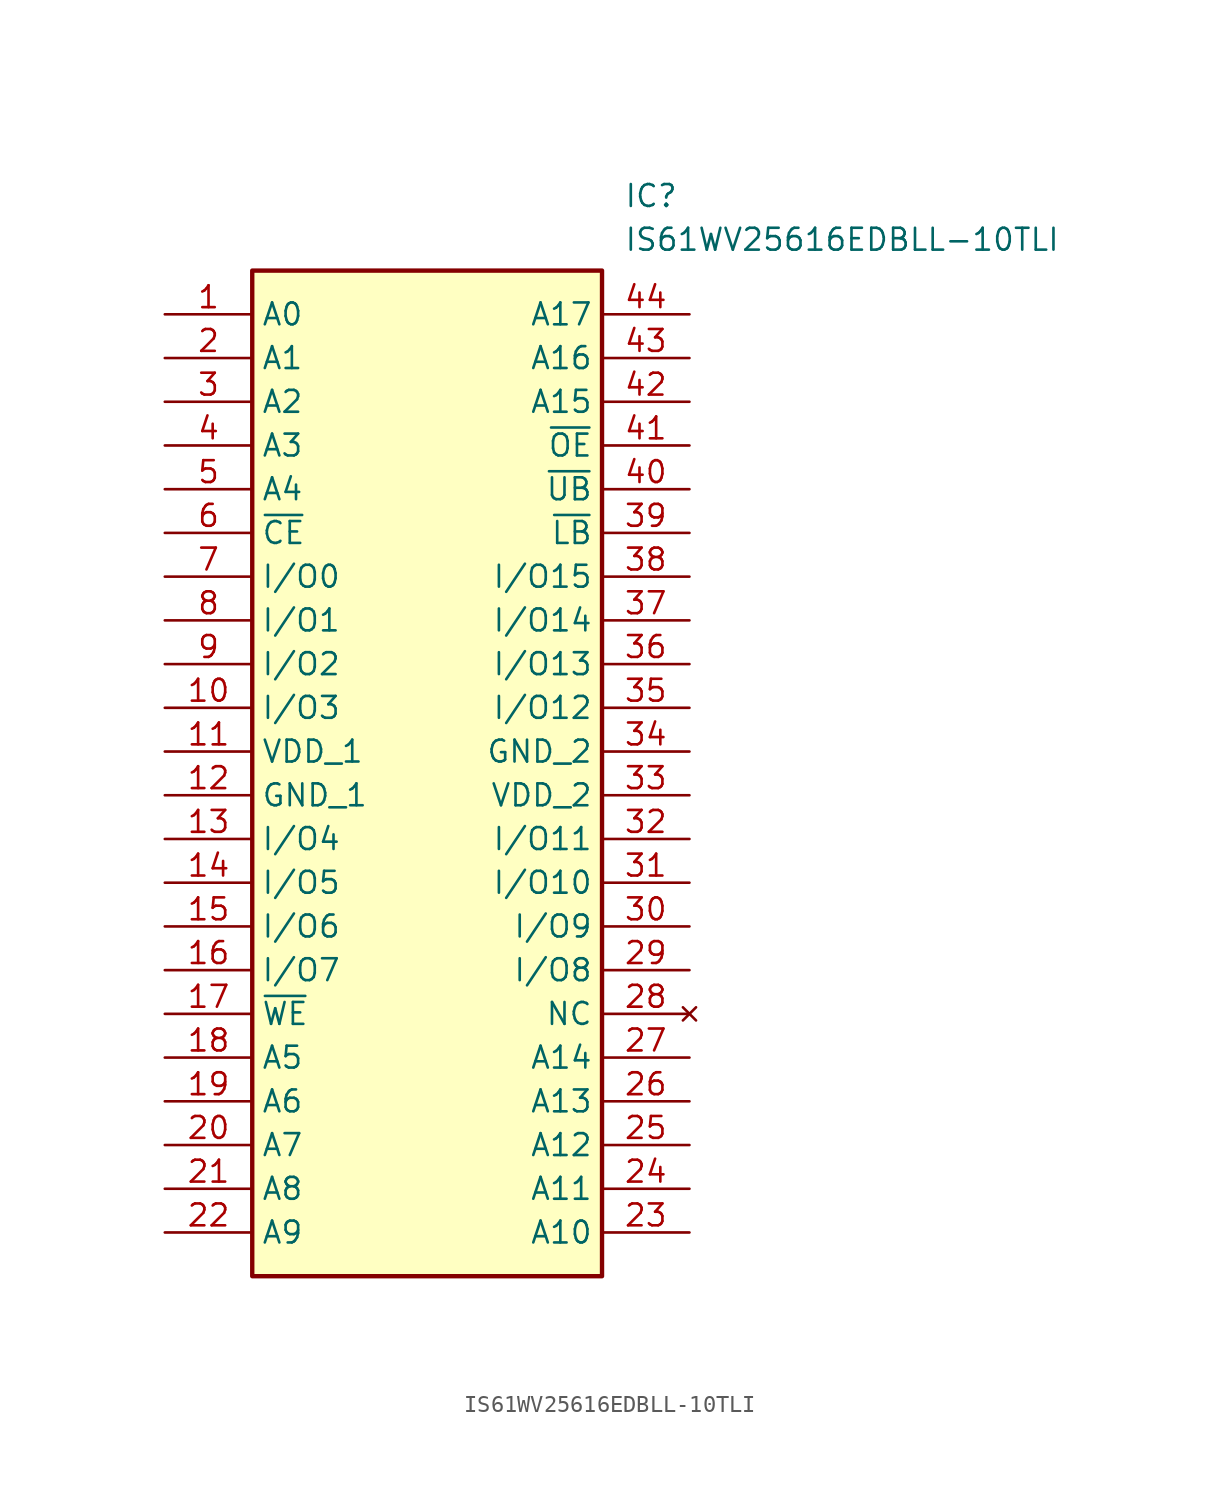
<source format=kicad_sym>
(kicad_symbol_lib
  (version 20211014)
  (generator SamacSys_ECAD_Model)
  (symbol "IS61WV25616EDBLL-10TLI"
    (property "Reference" "IC"
      (at 26.67 7.62 0)
      (effects (font (size 1.27 1.27)) (justify left top)))
    (property "Value" "IS61WV25616EDBLL-10TLI"
      (at 26.67 5.08 0)
      (effects (font (size 1.27 1.27)) (justify left top)))
    (rectangle
      (start 5.08 2.54)
      (end 25.4 -55.88)
      (stroke (width 0.254) (type default))
      (fill (type background)))
    (pin passive line
      (at 0 0 0)
      (length 5.08)
      (name "A0" (effects (font (size 1.27 1.27))))
      (number "1" (effects (font (size 1.27 1.27)))))
    (pin passive line
      (at 0 -2.54 0)
      (length 5.08)
      (name "A1" (effects (font (size 1.27 1.27))))
      (number "2" (effects (font (size 1.27 1.27)))))
    (pin passive line
      (at 0 -5.08 0)
      (length 5.08)
      (name "A2" (effects (font (size 1.27 1.27))))
      (number "3" (effects (font (size 1.27 1.27)))))
    (pin passive line
      (at 0 -7.62 0)
      (length 5.08)
      (name "A3" (effects (font (size 1.27 1.27))))
      (number "4" (effects (font (size 1.27 1.27)))))
    (pin passive line
      (at 0 -10.16 0)
      (length 5.08)
      (name "A4" (effects (font (size 1.27 1.27))))
      (number "5" (effects (font (size 1.27 1.27)))))
    (pin passive line
      (at 0 -12.7 0)
      (length 5.08)
      (name "~{CE}" (effects (font (size 1.27 1.27))))
      (number "6" (effects (font (size 1.27 1.27)))))
    (pin passive line
      (at 0 -15.24 0)
      (length 5.08)
      (name "I/O0" (effects (font (size 1.27 1.27))))
      (number "7" (effects (font (size 1.27 1.27)))))
    (pin passive line
      (at 0 -17.78 0)
      (length 5.08)
      (name "I/O1" (effects (font (size 1.27 1.27))))
      (number "8" (effects (font (size 1.27 1.27)))))
    (pin passive line
      (at 0 -20.32 0)
      (length 5.08)
      (name "I/O2" (effects (font (size 1.27 1.27))))
      (number "9" (effects (font (size 1.27 1.27)))))
    (pin passive line
      (at 0 -22.86 0)
      (length 5.08)
      (name "I/O3" (effects (font (size 1.27 1.27))))
      (number "10" (effects (font (size 1.27 1.27)))))
    (pin passive line
      (at 0 -25.4 0)
      (length 5.08)
      (name "VDD_1" (effects (font (size 1.27 1.27))))
      (number "11" (effects (font (size 1.27 1.27)))))
    (pin passive line
      (at 0 -27.94 0)
      (length 5.08)
      (name "GND_1" (effects (font (size 1.27 1.27))))
      (number "12" (effects (font (size 1.27 1.27)))))
    (pin passive line
      (at 0 -30.48 0)
      (length 5.08)
      (name "I/O4" (effects (font (size 1.27 1.27))))
      (number "13" (effects (font (size 1.27 1.27)))))
    (pin passive line
      (at 0 -33.02 0)
      (length 5.08)
      (name "I/O5" (effects (font (size 1.27 1.27))))
      (number "14" (effects (font (size 1.27 1.27)))))
    (pin passive line
      (at 0 -35.56 0)
      (length 5.08)
      (name "I/O6" (effects (font (size 1.27 1.27))))
      (number "15" (effects (font (size 1.27 1.27)))))
    (pin passive line
      (at 0 -38.1 0)
      (length 5.08)
      (name "I/O7" (effects (font (size 1.27 1.27))))
      (number "16" (effects (font (size 1.27 1.27)))))
    (pin passive line
      (at 0 -40.64 0)
      (length 5.08)
      (name "~{WE}" (effects (font (size 1.27 1.27))))
      (number "17" (effects (font (size 1.27 1.27)))))
    (pin passive line
      (at 0 -43.18 0)
      (length 5.08)
      (name "A5" (effects (font (size 1.27 1.27))))
      (number "18" (effects (font (size 1.27 1.27)))))
    (pin passive line
      (at 0 -45.72 0)
      (length 5.08)
      (name "A6" (effects (font (size 1.27 1.27))))
      (number "19" (effects (font (size 1.27 1.27)))))
    (pin passive line
      (at 0 -48.26 0)
      (length 5.08)
      (name "A7" (effects (font (size 1.27 1.27))))
      (number "20" (effects (font (size 1.27 1.27)))))
    (pin passive line
      (at 0 -50.8 0)
      (length 5.08)
      (name "A8" (effects (font (size 1.27 1.27))))
      (number "21" (effects (font (size 1.27 1.27)))))
    (pin passive line
      (at 0 -53.34 0)
      (length 5.08)
      (name "A9" (effects (font (size 1.27 1.27))))
      (number "22" (effects (font (size 1.27 1.27)))))
    (pin passive line
      (at 30.48 0 180)
      (length 5.08)
      (name "A17" (effects (font (size 1.27 1.27))))
      (number "44" (effects (font (size 1.27 1.27)))))
    (pin passive line
      (at 30.48 -2.54 180)
      (length 5.08)
      (name "A16" (effects (font (size 1.27 1.27))))
      (number "43" (effects (font (size 1.27 1.27)))))
    (pin passive line
      (at 30.48 -5.08 180)
      (length 5.08)
      (name "A15" (effects (font (size 1.27 1.27))))
      (number "42" (effects (font (size 1.27 1.27)))))
    (pin passive line
      (at 30.48 -7.62 180)
      (length 5.08)
      (name "~{OE}" (effects (font (size 1.27 1.27))))
      (number "41" (effects (font (size 1.27 1.27)))))
    (pin passive line
      (at 30.48 -10.16 180)
      (length 5.08)
      (name "~{UB}" (effects (font (size 1.27 1.27))))
      (number "40" (effects (font (size 1.27 1.27)))))
    (pin passive line
      (at 30.48 -12.7 180)
      (length 5.08)
      (name "~{LB}" (effects (font (size 1.27 1.27))))
      (number "39" (effects (font (size 1.27 1.27)))))
    (pin passive line
      (at 30.48 -15.24 180)
      (length 5.08)
      (name "I/O15" (effects (font (size 1.27 1.27))))
      (number "38" (effects (font (size 1.27 1.27)))))
    (pin passive line
      (at 30.48 -17.78 180)
      (length 5.08)
      (name "I/O14" (effects (font (size 1.27 1.27))))
      (number "37" (effects (font (size 1.27 1.27)))))
    (pin passive line
      (at 30.48 -20.32 180)
      (length 5.08)
      (name "I/O13" (effects (font (size 1.27 1.27))))
      (number "36" (effects (font (size 1.27 1.27)))))
    (pin passive line
      (at 30.48 -22.86 180)
      (length 5.08)
      (name "I/O12" (effects (font (size 1.27 1.27))))
      (number "35" (effects (font (size 1.27 1.27)))))
    (pin passive line
      (at 30.48 -25.4 180)
      (length 5.08)
      (name "GND_2" (effects (font (size 1.27 1.27))))
      (number "34" (effects (font (size 1.27 1.27)))))
    (pin passive line
      (at 30.48 -27.94 180)
      (length 5.08)
      (name "VDD_2" (effects (font (size 1.27 1.27))))
      (number "33" (effects (font (size 1.27 1.27)))))
    (pin passive line
      (at 30.48 -30.48 180)
      (length 5.08)
      (name "I/O11" (effects (font (size 1.27 1.27))))
      (number "32" (effects (font (size 1.27 1.27)))))
    (pin passive line
      (at 30.48 -33.02 180)
      (length 5.08)
      (name "I/O10" (effects (font (size 1.27 1.27))))
      (number "31" (effects (font (size 1.27 1.27)))))
    (pin passive line
      (at 30.48 -35.56 180)
      (length 5.08)
      (name "I/O9" (effects (font (size 1.27 1.27))))
      (number "30" (effects (font (size 1.27 1.27)))))
    (pin passive line
      (at 30.48 -38.1 180)
      (length 5.08)
      (name "I/O8" (effects (font (size 1.27 1.27))))
      (number "29" (effects (font (size 1.27 1.27)))))
    (pin no_connect line
      (at 30.48 -40.64 180)
      (length 5.08)
      (name "NC" (effects (font (size 1.27 1.27))))
      (number "28" (effects (font (size 1.27 1.27)))))
    (pin passive line
      (at 30.48 -43.18 180)
      (length 5.08)
      (name "A14" (effects (font (size 1.27 1.27))))
      (number "27" (effects (font (size 1.27 1.27)))))
    (pin passive line
      (at 30.48 -45.72 180)
      (length 5.08)
      (name "A13" (effects (font (size 1.27 1.27))))
      (number "26" (effects (font (size 1.27 1.27)))))
    (pin passive line
      (at 30.48 -48.26 180)
      (length 5.08)
      (name "A12" (effects (font (size 1.27 1.27))))
      (number "25" (effects (font (size 1.27 1.27)))))
    (pin passive line
      (at 30.48 -50.8 180)
      (length 5.08)
      (name "A11" (effects (font (size 1.27 1.27))))
      (number "24" (effects (font (size 1.27 1.27)))))
    (pin passive line
      (at 30.48 -53.34 180)
      (length 5.08)
      (name "A10" (effects (font (size 1.27 1.27))))
      (number "23" (effects (font (size 1.27 1.27)))))))
</source>
